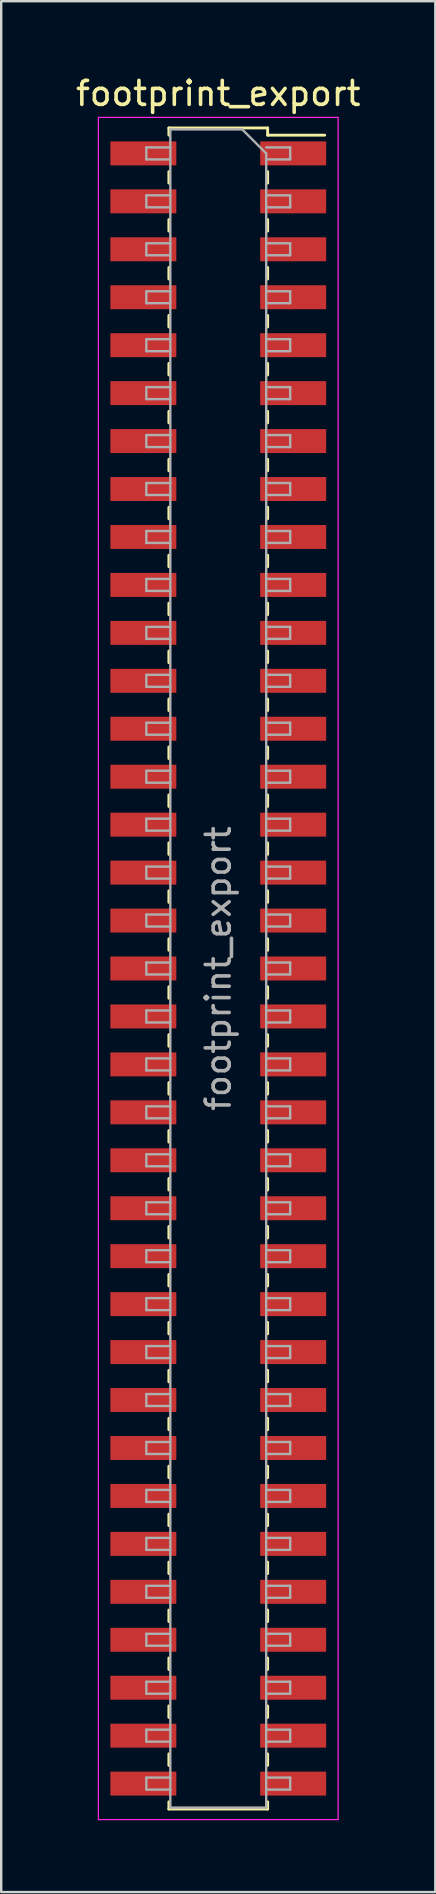
<source format=kicad_pcb>
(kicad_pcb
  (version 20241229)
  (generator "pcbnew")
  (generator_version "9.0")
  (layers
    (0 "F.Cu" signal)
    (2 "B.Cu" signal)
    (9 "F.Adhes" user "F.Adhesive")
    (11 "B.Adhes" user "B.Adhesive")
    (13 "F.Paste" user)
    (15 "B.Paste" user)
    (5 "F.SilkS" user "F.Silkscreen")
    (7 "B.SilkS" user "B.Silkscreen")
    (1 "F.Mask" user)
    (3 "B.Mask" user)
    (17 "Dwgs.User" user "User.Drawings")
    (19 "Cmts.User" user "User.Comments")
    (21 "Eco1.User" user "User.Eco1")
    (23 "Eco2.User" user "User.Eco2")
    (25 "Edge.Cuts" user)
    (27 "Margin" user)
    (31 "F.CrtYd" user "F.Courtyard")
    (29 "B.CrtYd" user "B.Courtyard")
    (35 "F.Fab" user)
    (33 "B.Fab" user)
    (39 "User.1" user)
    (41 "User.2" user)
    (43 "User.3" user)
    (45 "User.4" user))
  (footprint "footprint_export"
    (layer "F.Cu")
    (at 6.054 37.348)
    (property "Reference" "footprint_export" (at 0 -36.5 0) (layer "F.SilkS") (effects (font (size 1 1) (thickness 0.15))))
    (attr smd)
    (fp_line (start -2.06 -35.06) (end -2.06 -34.76) (stroke (width 0.12) (type solid)) (layer "F.SilkS"))
    (fp_line (start -2.06 -35.06) (end 2.06 -35.06) (stroke (width 0.12) (type solid)) (layer "F.SilkS"))
    (fp_line (start -2.06 -33.24) (end -2.06 -32.76) (stroke (width 0.12) (type solid)) (layer "F.SilkS"))
    (fp_line (start -2.06 -31.24) (end -2.06 -30.76) (stroke (width 0.12) (type solid)) (layer "F.SilkS"))
    (fp_line (start -2.06 -29.24) (end -2.06 -28.76) (stroke (width 0.12) (type solid)) (layer "F.SilkS"))
    (fp_line (start -2.06 -27.24) (end -2.06 -26.76) (stroke (width 0.12) (type solid)) (layer "F.SilkS"))
    (fp_line (start -2.06 -25.24) (end -2.06 -24.76) (stroke (width 0.12) (type solid)) (layer "F.SilkS"))
    (fp_line (start -2.06 -23.24) (end -2.06 -22.76) (stroke (width 0.12) (type solid)) (layer "F.SilkS"))
    (fp_line (start -2.06 -21.24) (end -2.06 -20.76) (stroke (width 0.12) (type solid)) (layer "F.SilkS"))
    (fp_line (start -2.06 -19.24) (end -2.06 -18.76) (stroke (width 0.12) (type solid)) (layer "F.SilkS"))
    (fp_line (start -2.06 -17.24) (end -2.06 -16.76) (stroke (width 0.12) (type solid)) (layer "F.SilkS"))
    (fp_line (start -2.06 -15.24) (end -2.06 -14.76) (stroke (width 0.12) (type solid)) (layer "F.SilkS"))
    (fp_line (start -2.06 -13.24) (end -2.06 -12.76) (stroke (width 0.12) (type solid)) (layer "F.SilkS"))
    (fp_line (start -2.06 -11.24) (end -2.06 -10.76) (stroke (width 0.12) (type solid)) (layer "F.SilkS"))
    (fp_line (start -2.06 -9.24) (end -2.06 -8.76) (stroke (width 0.12) (type solid)) (layer "F.SilkS"))
    (fp_line (start -2.06 -7.24) (end -2.06 -6.76) (stroke (width 0.12) (type solid)) (layer "F.SilkS"))
    (fp_line (start -2.06 -5.24) (end -2.06 -4.76) (stroke (width 0.12) (type solid)) (layer "F.SilkS"))
    (fp_line (start -2.06 -3.24) (end -2.06 -2.76) (stroke (width 0.12) (type solid)) (layer "F.SilkS"))
    (fp_line (start -2.06 -1.24) (end -2.06 -0.76) (stroke (width 0.12) (type solid)) (layer "F.SilkS"))
    (fp_line (start -2.06 0.76) (end -2.06 1.24) (stroke (width 0.12) (type solid)) (layer "F.SilkS"))
    (fp_line (start -2.06 2.76) (end -2.06 3.24) (stroke (width 0.12) (type solid)) (layer "F.SilkS"))
    (fp_line (start -2.06 4.76) (end -2.06 5.24) (stroke (width 0.12) (type solid)) (layer "F.SilkS"))
    (fp_line (start -2.06 6.76) (end -2.06 7.24) (stroke (width 0.12) (type solid)) (layer "F.SilkS"))
    (fp_line (start -2.06 8.76) (end -2.06 9.24) (stroke (width 0.12) (type solid)) (layer "F.SilkS"))
    (fp_line (start -2.06 10.76) (end -2.06 11.24) (stroke (width 0.12) (type solid)) (layer "F.SilkS"))
    (fp_line (start -2.06 12.76) (end -2.06 13.24) (stroke (width 0.12) (type solid)) (layer "F.SilkS"))
    (fp_line (start -2.06 14.76) (end -2.06 15.24) (stroke (width 0.12) (type solid)) (layer "F.SilkS"))
    (fp_line (start -2.06 16.76) (end -2.06 17.24) (stroke (width 0.12) (type solid)) (layer "F.SilkS"))
    (fp_line (start -2.06 18.76) (end -2.06 19.24) (stroke (width 0.12) (type solid)) (layer "F.SilkS"))
    (fp_line (start -2.06 20.76) (end -2.06 21.24) (stroke (width 0.12) (type solid)) (layer "F.SilkS"))
    (fp_line (start -2.06 22.76) (end -2.06 23.24) (stroke (width 0.12) (type solid)) (layer "F.SilkS"))
    (fp_line (start -2.06 24.76) (end -2.06 25.24) (stroke (width 0.12) (type solid)) (layer "F.SilkS"))
    (fp_line (start -2.06 26.76) (end -2.06 27.24) (stroke (width 0.12) (type solid)) (layer "F.SilkS"))
    (fp_line (start -2.06 28.76) (end -2.06 29.24) (stroke (width 0.12) (type solid)) (layer "F.SilkS"))
    (fp_line (start -2.06 30.76) (end -2.06 31.24) (stroke (width 0.12) (type solid)) (layer "F.SilkS"))
    (fp_line (start -2.06 32.76) (end -2.06 33.24) (stroke (width 0.12) (type solid)) (layer "F.SilkS"))
    (fp_line (start -2.06 34.76) (end -2.06 35.06) (stroke (width 0.12) (type solid)) (layer "F.SilkS"))
    (fp_line (start -2.06 35.06) (end 2.06 35.06) (stroke (width 0.12) (type solid)) (layer "F.SilkS"))
    (fp_line (start 2.06 -35.06) (end 2.06 -34.76) (stroke (width 0.12) (type solid)) (layer "F.SilkS"))
    (fp_line (start 2.06 -34.76) (end 4.44 -34.76) (stroke (width 0.12) (type solid)) (layer "F.SilkS"))
    (fp_line (start 2.06 -33.24) (end 2.06 -32.76) (stroke (width 0.12) (type solid)) (layer "F.SilkS"))
    (fp_line (start 2.06 -31.24) (end 2.06 -30.76) (stroke (width 0.12) (type solid)) (layer "F.SilkS"))
    (fp_line (start 2.06 -29.24) (end 2.06 -28.76) (stroke (width 0.12) (type solid)) (layer "F.SilkS"))
    (fp_line (start 2.06 -27.24) (end 2.06 -26.76) (stroke (width 0.12) (type solid)) (layer "F.SilkS"))
    (fp_line (start 2.06 -25.24) (end 2.06 -24.76) (stroke (width 0.12) (type solid)) (layer "F.SilkS"))
    (fp_line (start 2.06 -23.24) (end 2.06 -22.76) (stroke (width 0.12) (type solid)) (layer "F.SilkS"))
    (fp_line (start 2.06 -21.24) (end 2.06 -20.76) (stroke (width 0.12) (type solid)) (layer "F.SilkS"))
    (fp_line (start 2.06 -19.24) (end 2.06 -18.76) (stroke (width 0.12) (type solid)) (layer "F.SilkS"))
    (fp_line (start 2.06 -17.24) (end 2.06 -16.76) (stroke (width 0.12) (type solid)) (layer "F.SilkS"))
    (fp_line (start 2.06 -15.24) (end 2.06 -14.76) (stroke (width 0.12) (type solid)) (layer "F.SilkS"))
    (fp_line (start 2.06 -13.24) (end 2.06 -12.76) (stroke (width 0.12) (type solid)) (layer "F.SilkS"))
    (fp_line (start 2.06 -11.24) (end 2.06 -10.76) (stroke (width 0.12) (type solid)) (layer "F.SilkS"))
    (fp_line (start 2.06 -9.24) (end 2.06 -8.76) (stroke (width 0.12) (type solid)) (layer "F.SilkS"))
    (fp_line (start 2.06 -7.24) (end 2.06 -6.76) (stroke (width 0.12) (type solid)) (layer "F.SilkS"))
    (fp_line (start 2.06 -5.24) (end 2.06 -4.76) (stroke (width 0.12) (type solid)) (layer "F.SilkS"))
    (fp_line (start 2.06 -3.24) (end 2.06 -2.76) (stroke (width 0.12) (type solid)) (layer "F.SilkS"))
    (fp_line (start 2.06 -1.24) (end 2.06 -0.76) (stroke (width 0.12) (type solid)) (layer "F.SilkS"))
    (fp_line (start 2.06 0.76) (end 2.06 1.24) (stroke (width 0.12) (type solid)) (layer "F.SilkS"))
    (fp_line (start 2.06 2.76) (end 2.06 3.24) (stroke (width 0.12) (type solid)) (layer "F.SilkS"))
    (fp_line (start 2.06 4.76) (end 2.06 5.24) (stroke (width 0.12) (type solid)) (layer "F.SilkS"))
    (fp_line (start 2.06 6.76) (end 2.06 7.24) (stroke (width 0.12) (type solid)) (layer "F.SilkS"))
    (fp_line (start 2.06 8.76) (end 2.06 9.24) (stroke (width 0.12) (type solid)) (layer "F.SilkS"))
    (fp_line (start 2.06 10.76) (end 2.06 11.24) (stroke (width 0.12) (type solid)) (layer "F.SilkS"))
    (fp_line (start 2.06 12.76) (end 2.06 13.24) (stroke (width 0.12) (type solid)) (layer "F.SilkS"))
    (fp_line (start 2.06 14.76) (end 2.06 15.24) (stroke (width 0.12) (type solid)) (layer "F.SilkS"))
    (fp_line (start 2.06 16.76) (end 2.06 17.24) (stroke (width 0.12) (type solid)) (layer "F.SilkS"))
    (fp_line (start 2.06 18.76) (end 2.06 19.24) (stroke (width 0.12) (type solid)) (layer "F.SilkS"))
    (fp_line (start 2.06 20.76) (end 2.06 21.24) (stroke (width 0.12) (type solid)) (layer "F.SilkS"))
    (fp_line (start 2.06 22.76) (end 2.06 23.24) (stroke (width 0.12) (type solid)) (layer "F.SilkS"))
    (fp_line (start 2.06 24.76) (end 2.06 25.24) (stroke (width 0.12) (type solid)) (layer "F.SilkS"))
    (fp_line (start 2.06 26.76) (end 2.06 27.24) (stroke (width 0.12) (type solid)) (layer "F.SilkS"))
    (fp_line (start 2.06 28.76) (end 2.06 29.24) (stroke (width 0.12) (type solid)) (layer "F.SilkS"))
    (fp_line (start 2.06 30.76) (end 2.06 31.24) (stroke (width 0.12) (type solid)) (layer "F.SilkS"))
    (fp_line (start 2.06 32.76) (end 2.06 33.24) (stroke (width 0.12) (type solid)) (layer "F.SilkS"))
    (fp_line (start 2.06 34.76) (end 2.06 35.06) (stroke (width 0.12) (type solid)) (layer "F.SilkS"))
    (fp_line (start -5 -35.5) (end 5 -35.5) (stroke (width 0.05) (type solid)) (layer "F.CrtYd"))
    (fp_line (start -5 35.5) (end -5 -35.5) (stroke (width 0.05) (type solid)) (layer "F.CrtYd"))
    (fp_line (start 5 -35.5) (end 5 35.5) (stroke (width 0.05) (type solid)) (layer "F.CrtYd"))
    (fp_line (start 5 35.5) (end -5 35.5) (stroke (width 0.05) (type solid)) (layer "F.CrtYd"))
    (fp_line (start -3 -34.25) (end -2 -34.25) (stroke (width 0.1) (type solid)) (layer "F.Fab"))
    (fp_line (start -3 -33.75) (end -3 -34.25) (stroke (width 0.1) (type solid)) (layer "F.Fab"))
    (fp_line (start -3 -32.25) (end -2 -32.25) (stroke (width 0.1) (type solid)) (layer "F.Fab"))
    (fp_line (start -3 -31.75) (end -3 -32.25) (stroke (width 0.1) (type solid)) (layer "F.Fab"))
    (fp_line (start -3 -30.25) (end -2 -30.25) (stroke (width 0.1) (type solid)) (layer "F.Fab"))
    (fp_line (start -3 -29.75) (end -3 -30.25) (stroke (width 0.1) (type solid)) (layer "F.Fab"))
    (fp_line (start -3 -28.25) (end -2 -28.25) (stroke (width 0.1) (type solid)) (layer "F.Fab"))
    (fp_line (start -3 -27.75) (end -3 -28.25) (stroke (width 0.1) (type solid)) (layer "F.Fab"))
    (fp_line (start -3 -26.25) (end -2 -26.25) (stroke (width 0.1) (type solid)) (layer "F.Fab"))
    (fp_line (start -3 -25.75) (end -3 -26.25) (stroke (width 0.1) (type solid)) (layer "F.Fab"))
    (fp_line (start -3 -24.25) (end -2 -24.25) (stroke (width 0.1) (type solid)) (layer "F.Fab"))
    (fp_line (start -3 -23.75) (end -3 -24.25) (stroke (width 0.1) (type solid)) (layer "F.Fab"))
    (fp_line (start -3 -22.25) (end -2 -22.25) (stroke (width 0.1) (type solid)) (layer "F.Fab"))
    (fp_line (start -3 -21.75) (end -3 -22.25) (stroke (width 0.1) (type solid)) (layer "F.Fab"))
    (fp_line (start -3 -20.25) (end -2 -20.25) (stroke (width 0.1) (type solid)) (layer "F.Fab"))
    (fp_line (start -3 -19.75) (end -3 -20.25) (stroke (width 0.1) (type solid)) (layer "F.Fab"))
    (fp_line (start -3 -18.25) (end -2 -18.25) (stroke (width 0.1) (type solid)) (layer "F.Fab"))
    (fp_line (start -3 -17.75) (end -3 -18.25) (stroke (width 0.1) (type solid)) (layer "F.Fab"))
    (fp_line (start -3 -16.25) (end -2 -16.25) (stroke (width 0.1) (type solid)) (layer "F.Fab"))
    (fp_line (start -3 -15.75) (end -3 -16.25) (stroke (width 0.1) (type solid)) (layer "F.Fab"))
    (fp_line (start -3 -14.25) (end -2 -14.25) (stroke (width 0.1) (type solid)) (layer "F.Fab"))
    (fp_line (start -3 -13.75) (end -3 -14.25) (stroke (width 0.1) (type solid)) (layer "F.Fab"))
    (fp_line (start -3 -12.25) (end -2 -12.25) (stroke (width 0.1) (type solid)) (layer "F.Fab"))
    (fp_line (start -3 -11.75) (end -3 -12.25) (stroke (width 0.1) (type solid)) (layer "F.Fab"))
    (fp_line (start -3 -10.25) (end -2 -10.25) (stroke (width 0.1) (type solid)) (layer "F.Fab"))
    (fp_line (start -3 -9.75) (end -3 -10.25) (stroke (width 0.1) (type solid)) (layer "F.Fab"))
    (fp_line (start -3 -8.25) (end -2 -8.25) (stroke (width 0.1) (type solid)) (layer "F.Fab"))
    (fp_line (start -3 -7.75) (end -3 -8.25) (stroke (width 0.1) (type solid)) (layer "F.Fab"))
    (fp_line (start -3 -6.25) (end -2 -6.25) (stroke (width 0.1) (type solid)) (layer "F.Fab"))
    (fp_line (start -3 -5.75) (end -3 -6.25) (stroke (width 0.1) (type solid)) (layer "F.Fab"))
    (fp_line (start -3 -4.25) (end -2 -4.25) (stroke (width 0.1) (type solid)) (layer "F.Fab"))
    (fp_line (start -3 -3.75) (end -3 -4.25) (stroke (width 0.1) (type solid)) (layer "F.Fab"))
    (fp_line (start -3 -2.25) (end -2 -2.25) (stroke (width 0.1) (type solid)) (layer "F.Fab"))
    (fp_line (start -3 -1.75) (end -3 -2.25) (stroke (width 0.1) (type solid)) (layer "F.Fab"))
    (fp_line (start -3 -0.25) (end -2 -0.25) (stroke (width 0.1) (type solid)) (layer "F.Fab"))
    (fp_line (start -3 0.25) (end -3 -0.25) (stroke (width 0.1) (type solid)) (layer "F.Fab"))
    (fp_line (start -3 1.75) (end -2 1.75) (stroke (width 0.1) (type solid)) (layer "F.Fab"))
    (fp_line (start -3 2.25) (end -3 1.75) (stroke (width 0.1) (type solid)) (layer "F.Fab"))
    (fp_line (start -3 3.75) (end -2 3.75) (stroke (width 0.1) (type solid)) (layer "F.Fab"))
    (fp_line (start -3 4.25) (end -3 3.75) (stroke (width 0.1) (type solid)) (layer "F.Fab"))
    (fp_line (start -3 5.75) (end -2 5.75) (stroke (width 0.1) (type solid)) (layer "F.Fab"))
    (fp_line (start -3 6.25) (end -3 5.75) (stroke (width 0.1) (type solid)) (layer "F.Fab"))
    (fp_line (start -3 7.75) (end -2 7.75) (stroke (width 0.1) (type solid)) (layer "F.Fab"))
    (fp_line (start -3 8.25) (end -3 7.75) (stroke (width 0.1) (type solid)) (layer "F.Fab"))
    (fp_line (start -3 9.75) (end -2 9.75) (stroke (width 0.1) (type solid)) (layer "F.Fab"))
    (fp_line (start -3 10.25) (end -3 9.75) (stroke (width 0.1) (type solid)) (layer "F.Fab"))
    (fp_line (start -3 11.75) (end -2 11.75) (stroke (width 0.1) (type solid)) (layer "F.Fab"))
    (fp_line (start -3 12.25) (end -3 11.75) (stroke (width 0.1) (type solid)) (layer "F.Fab"))
    (fp_line (start -3 13.75) (end -2 13.75) (stroke (width 0.1) (type solid)) (layer "F.Fab"))
    (fp_line (start -3 14.25) (end -3 13.75) (stroke (width 0.1) (type solid)) (layer "F.Fab"))
    (fp_line (start -3 15.75) (end -2 15.75) (stroke (width 0.1) (type solid)) (layer "F.Fab"))
    (fp_line (start -3 16.25) (end -3 15.75) (stroke (width 0.1) (type solid)) (layer "F.Fab"))
    (fp_line (start -3 17.75) (end -2 17.75) (stroke (width 0.1) (type solid)) (layer "F.Fab"))
    (fp_line (start -3 18.25) (end -3 17.75) (stroke (width 0.1) (type solid)) (layer "F.Fab"))
    (fp_line (start -3 19.75) (end -2 19.75) (stroke (width 0.1) (type solid)) (layer "F.Fab"))
    (fp_line (start -3 20.25) (end -3 19.75) (stroke (width 0.1) (type solid)) (layer "F.Fab"))
    (fp_line (start -3 21.75) (end -2 21.75) (stroke (width 0.1) (type solid)) (layer "F.Fab"))
    (fp_line (start -3 22.25) (end -3 21.75) (stroke (width 0.1) (type solid)) (layer "F.Fab"))
    (fp_line (start -3 23.75) (end -2 23.75) (stroke (width 0.1) (type solid)) (layer "F.Fab"))
    (fp_line (start -3 24.25) (end -3 23.75) (stroke (width 0.1) (type solid)) (layer "F.Fab"))
    (fp_line (start -3 25.75) (end -2 25.75) (stroke (width 0.1) (type solid)) (layer "F.Fab"))
    (fp_line (start -3 26.25) (end -3 25.75) (stroke (width 0.1) (type solid)) (layer "F.Fab"))
    (fp_line (start -3 27.75) (end -2 27.75) (stroke (width 0.1) (type solid)) (layer "F.Fab"))
    (fp_line (start -3 28.25) (end -3 27.75) (stroke (width 0.1) (type solid)) (layer "F.Fab"))
    (fp_line (start -3 29.75) (end -2 29.75) (stroke (width 0.1) (type solid)) (layer "F.Fab"))
    (fp_line (start -3 30.25) (end -3 29.75) (stroke (width 0.1) (type solid)) (layer "F.Fab"))
    (fp_line (start -3 31.75) (end -2 31.75) (stroke (width 0.1) (type solid)) (layer "F.Fab"))
    (fp_line (start -3 32.25) (end -3 31.75) (stroke (width 0.1) (type solid)) (layer "F.Fab"))
    (fp_line (start -3 33.75) (end -2 33.75) (stroke (width 0.1) (type solid)) (layer "F.Fab"))
    (fp_line (start -3 34.25) (end -3 33.75) (stroke (width 0.1) (type solid)) (layer "F.Fab"))
    (fp_line (start -2 -35) (end 1 -35) (stroke (width 0.1) (type solid)) (layer "F.Fab"))
    (fp_line (start -2 -33.75) (end -3 -33.75) (stroke (width 0.1) (type solid)) (layer "F.Fab"))
    (fp_line (start -2 -31.75) (end -3 -31.75) (stroke (width 0.1) (type solid)) (layer "F.Fab"))
    (fp_line (start -2 -29.75) (end -3 -29.75) (stroke (width 0.1) (type solid)) (layer "F.Fab"))
    (fp_line (start -2 -27.75) (end -3 -27.75) (stroke (width 0.1) (type solid)) (layer "F.Fab"))
    (fp_line (start -2 -25.75) (end -3 -25.75) (stroke (width 0.1) (type solid)) (layer "F.Fab"))
    (fp_line (start -2 -23.75) (end -3 -23.75) (stroke (width 0.1) (type solid)) (layer "F.Fab"))
    (fp_line (start -2 -21.75) (end -3 -21.75) (stroke (width 0.1) (type solid)) (layer "F.Fab"))
    (fp_line (start -2 -19.75) (end -3 -19.75) (stroke (width 0.1) (type solid)) (layer "F.Fab"))
    (fp_line (start -2 -17.75) (end -3 -17.75) (stroke (width 0.1) (type solid)) (layer "F.Fab"))
    (fp_line (start -2 -15.75) (end -3 -15.75) (stroke (width 0.1) (type solid)) (layer "F.Fab"))
    (fp_line (start -2 -13.75) (end -3 -13.75) (stroke (width 0.1) (type solid)) (layer "F.Fab"))
    (fp_line (start -2 -11.75) (end -3 -11.75) (stroke (width 0.1) (type solid)) (layer "F.Fab"))
    (fp_line (start -2 -9.75) (end -3 -9.75) (stroke (width 0.1) (type solid)) (layer "F.Fab"))
    (fp_line (start -2 -7.75) (end -3 -7.75) (stroke (width 0.1) (type solid)) (layer "F.Fab"))
    (fp_line (start -2 -5.75) (end -3 -5.75) (stroke (width 0.1) (type solid)) (layer "F.Fab"))
    (fp_line (start -2 -3.75) (end -3 -3.75) (stroke (width 0.1) (type solid)) (layer "F.Fab"))
    (fp_line (start -2 -1.75) (end -3 -1.75) (stroke (width 0.1) (type solid)) (layer "F.Fab"))
    (fp_line (start -2 0.25) (end -3 0.25) (stroke (width 0.1) (type solid)) (layer "F.Fab"))
    (fp_line (start -2 2.25) (end -3 2.25) (stroke (width 0.1) (type solid)) (layer "F.Fab"))
    (fp_line (start -2 4.25) (end -3 4.25) (stroke (width 0.1) (type solid)) (layer "F.Fab"))
    (fp_line (start -2 6.25) (end -3 6.25) (stroke (width 0.1) (type solid)) (layer "F.Fab"))
    (fp_line (start -2 8.25) (end -3 8.25) (stroke (width 0.1) (type solid)) (layer "F.Fab"))
    (fp_line (start -2 10.25) (end -3 10.25) (stroke (width 0.1) (type solid)) (layer "F.Fab"))
    (fp_line (start -2 12.25) (end -3 12.25) (stroke (width 0.1) (type solid)) (layer "F.Fab"))
    (fp_line (start -2 14.25) (end -3 14.25) (stroke (width 0.1) (type solid)) (layer "F.Fab"))
    (fp_line (start -2 16.25) (end -3 16.25) (stroke (width 0.1) (type solid)) (layer "F.Fab"))
    (fp_line (start -2 18.25) (end -3 18.25) (stroke (width 0.1) (type solid)) (layer "F.Fab"))
    (fp_line (start -2 20.25) (end -3 20.25) (stroke (width 0.1) (type solid)) (layer "F.Fab"))
    (fp_line (start -2 22.25) (end -3 22.25) (stroke (width 0.1) (type solid)) (layer "F.Fab"))
    (fp_line (start -2 24.25) (end -3 24.25) (stroke (width 0.1) (type solid)) (layer "F.Fab"))
    (fp_line (start -2 26.25) (end -3 26.25) (stroke (width 0.1) (type solid)) (layer "F.Fab"))
    (fp_line (start -2 28.25) (end -3 28.25) (stroke (width 0.1) (type solid)) (layer "F.Fab"))
    (fp_line (start -2 30.25) (end -3 30.25) (stroke (width 0.1) (type solid)) (layer "F.Fab"))
    (fp_line (start -2 32.25) (end -3 32.25) (stroke (width 0.1) (type solid)) (layer "F.Fab"))
    (fp_line (start -2 34.25) (end -3 34.25) (stroke (width 0.1) (type solid)) (layer "F.Fab"))
    (fp_line (start -2 35) (end -2 -35) (stroke (width 0.1) (type solid)) (layer "F.Fab"))
    (fp_line (start 1 -35) (end 2 -34) (stroke (width 0.1) (type solid)) (layer "F.Fab"))
    (fp_line (start 2 -34.25) (end 3 -34.25) (stroke (width 0.1) (type solid)) (layer "F.Fab"))
    (fp_line (start 2 -34) (end 2 35) (stroke (width 0.1) (type solid)) (layer "F.Fab"))
    (fp_line (start 2 -32.25) (end 3 -32.25) (stroke (width 0.1) (type solid)) (layer "F.Fab"))
    (fp_line (start 2 -30.25) (end 3 -30.25) (stroke (width 0.1) (type solid)) (layer "F.Fab"))
    (fp_line (start 2 -28.25) (end 3 -28.25) (stroke (width 0.1) (type solid)) (layer "F.Fab"))
    (fp_line (start 2 -26.25) (end 3 -26.25) (stroke (width 0.1) (type solid)) (layer "F.Fab"))
    (fp_line (start 2 -24.25) (end 3 -24.25) (stroke (width 0.1) (type solid)) (layer "F.Fab"))
    (fp_line (start 2 -22.25) (end 3 -22.25) (stroke (width 0.1) (type solid)) (layer "F.Fab"))
    (fp_line (start 2 -20.25) (end 3 -20.25) (stroke (width 0.1) (type solid)) (layer "F.Fab"))
    (fp_line (start 2 -18.25) (end 3 -18.25) (stroke (width 0.1) (type solid)) (layer "F.Fab"))
    (fp_line (start 2 -16.25) (end 3 -16.25) (stroke (width 0.1) (type solid)) (layer "F.Fab"))
    (fp_line (start 2 -14.25) (end 3 -14.25) (stroke (width 0.1) (type solid)) (layer "F.Fab"))
    (fp_line (start 2 -12.25) (end 3 -12.25) (stroke (width 0.1) (type solid)) (layer "F.Fab"))
    (fp_line (start 2 -10.25) (end 3 -10.25) (stroke (width 0.1) (type solid)) (layer "F.Fab"))
    (fp_line (start 2 -8.25) (end 3 -8.25) (stroke (width 0.1) (type solid)) (layer "F.Fab"))
    (fp_line (start 2 -6.25) (end 3 -6.25) (stroke (width 0.1) (type solid)) (layer "F.Fab"))
    (fp_line (start 2 -4.25) (end 3 -4.25) (stroke (width 0.1) (type solid)) (layer "F.Fab"))
    (fp_line (start 2 -2.25) (end 3 -2.25) (stroke (width 0.1) (type solid)) (layer "F.Fab"))
    (fp_line (start 2 -0.25) (end 3 -0.25) (stroke (width 0.1) (type solid)) (layer "F.Fab"))
    (fp_line (start 2 1.75) (end 3 1.75) (stroke (width 0.1) (type solid)) (layer "F.Fab"))
    (fp_line (start 2 3.75) (end 3 3.75) (stroke (width 0.1) (type solid)) (layer "F.Fab"))
    (fp_line (start 2 5.75) (end 3 5.75) (stroke (width 0.1) (type solid)) (layer "F.Fab"))
    (fp_line (start 2 7.75) (end 3 7.75) (stroke (width 0.1) (type solid)) (layer "F.Fab"))
    (fp_line (start 2 9.75) (end 3 9.75) (stroke (width 0.1) (type solid)) (layer "F.Fab"))
    (fp_line (start 2 11.75) (end 3 11.75) (stroke (width 0.1) (type solid)) (layer "F.Fab"))
    (fp_line (start 2 13.75) (end 3 13.75) (stroke (width 0.1) (type solid)) (layer "F.Fab"))
    (fp_line (start 2 15.75) (end 3 15.75) (stroke (width 0.1) (type solid)) (layer "F.Fab"))
    (fp_line (start 2 17.75) (end 3 17.75) (stroke (width 0.1) (type solid)) (layer "F.Fab"))
    (fp_line (start 2 19.75) (end 3 19.75) (stroke (width 0.1) (type solid)) (layer "F.Fab"))
    (fp_line (start 2 21.75) (end 3 21.75) (stroke (width 0.1) (type solid)) (layer "F.Fab"))
    (fp_line (start 2 23.75) (end 3 23.75) (stroke (width 0.1) (type solid)) (layer "F.Fab"))
    (fp_line (start 2 25.75) (end 3 25.75) (stroke (width 0.1) (type solid)) (layer "F.Fab"))
    (fp_line (start 2 27.75) (end 3 27.75) (stroke (width 0.1) (type solid)) (layer "F.Fab"))
    (fp_line (start 2 29.75) (end 3 29.75) (stroke (width 0.1) (type solid)) (layer "F.Fab"))
    (fp_line (start 2 31.75) (end 3 31.75) (stroke (width 0.1) (type solid)) (layer "F.Fab"))
    (fp_line (start 2 33.75) (end 3 33.75) (stroke (width 0.1) (type solid)) (layer "F.Fab"))
    (fp_line (start 2 35) (end -2 35) (stroke (width 0.1) (type solid)) (layer "F.Fab"))
    (fp_line (start 3 -34.25) (end 3 -33.75) (stroke (width 0.1) (type solid)) (layer "F.Fab"))
    (fp_line (start 3 -33.75) (end 2 -33.75) (stroke (width 0.1) (type solid)) (layer "F.Fab"))
    (fp_line (start 3 -32.25) (end 3 -31.75) (stroke (width 0.1) (type solid)) (layer "F.Fab"))
    (fp_line (start 3 -31.75) (end 2 -31.75) (stroke (width 0.1) (type solid)) (layer "F.Fab"))
    (fp_line (start 3 -30.25) (end 3 -29.75) (stroke (width 0.1) (type solid)) (layer "F.Fab"))
    (fp_line (start 3 -29.75) (end 2 -29.75) (stroke (width 0.1) (type solid)) (layer "F.Fab"))
    (fp_line (start 3 -28.25) (end 3 -27.75) (stroke (width 0.1) (type solid)) (layer "F.Fab"))
    (fp_line (start 3 -27.75) (end 2 -27.75) (stroke (width 0.1) (type solid)) (layer "F.Fab"))
    (fp_line (start 3 -26.25) (end 3 -25.75) (stroke (width 0.1) (type solid)) (layer "F.Fab"))
    (fp_line (start 3 -25.75) (end 2 -25.75) (stroke (width 0.1) (type solid)) (layer "F.Fab"))
    (fp_line (start 3 -24.25) (end 3 -23.75) (stroke (width 0.1) (type solid)) (layer "F.Fab"))
    (fp_line (start 3 -23.75) (end 2 -23.75) (stroke (width 0.1) (type solid)) (layer "F.Fab"))
    (fp_line (start 3 -22.25) (end 3 -21.75) (stroke (width 0.1) (type solid)) (layer "F.Fab"))
    (fp_line (start 3 -21.75) (end 2 -21.75) (stroke (width 0.1) (type solid)) (layer "F.Fab"))
    (fp_line (start 3 -20.25) (end 3 -19.75) (stroke (width 0.1) (type solid)) (layer "F.Fab"))
    (fp_line (start 3 -19.75) (end 2 -19.75) (stroke (width 0.1) (type solid)) (layer "F.Fab"))
    (fp_line (start 3 -18.25) (end 3 -17.75) (stroke (width 0.1) (type solid)) (layer "F.Fab"))
    (fp_line (start 3 -17.75) (end 2 -17.75) (stroke (width 0.1) (type solid)) (layer "F.Fab"))
    (fp_line (start 3 -16.25) (end 3 -15.75) (stroke (width 0.1) (type solid)) (layer "F.Fab"))
    (fp_line (start 3 -15.75) (end 2 -15.75) (stroke (width 0.1) (type solid)) (layer "F.Fab"))
    (fp_line (start 3 -14.25) (end 3 -13.75) (stroke (width 0.1) (type solid)) (layer "F.Fab"))
    (fp_line (start 3 -13.75) (end 2 -13.75) (stroke (width 0.1) (type solid)) (layer "F.Fab"))
    (fp_line (start 3 -12.25) (end 3 -11.75) (stroke (width 0.1) (type solid)) (layer "F.Fab"))
    (fp_line (start 3 -11.75) (end 2 -11.75) (stroke (width 0.1) (type solid)) (layer "F.Fab"))
    (fp_line (start 3 -10.25) (end 3 -9.75) (stroke (width 0.1) (type solid)) (layer "F.Fab"))
    (fp_line (start 3 -9.75) (end 2 -9.75) (stroke (width 0.1) (type solid)) (layer "F.Fab"))
    (fp_line (start 3 -8.25) (end 3 -7.75) (stroke (width 0.1) (type solid)) (layer "F.Fab"))
    (fp_line (start 3 -7.75) (end 2 -7.75) (stroke (width 0.1) (type solid)) (layer "F.Fab"))
    (fp_line (start 3 -6.25) (end 3 -5.75) (stroke (width 0.1) (type solid)) (layer "F.Fab"))
    (fp_line (start 3 -5.75) (end 2 -5.75) (stroke (width 0.1) (type solid)) (layer "F.Fab"))
    (fp_line (start 3 -4.25) (end 3 -3.75) (stroke (width 0.1) (type solid)) (layer "F.Fab"))
    (fp_line (start 3 -3.75) (end 2 -3.75) (stroke (width 0.1) (type solid)) (layer "F.Fab"))
    (fp_line (start 3 -2.25) (end 3 -1.75) (stroke (width 0.1) (type solid)) (layer "F.Fab"))
    (fp_line (start 3 -1.75) (end 2 -1.75) (stroke (width 0.1) (type solid)) (layer "F.Fab"))
    (fp_line (start 3 -0.25) (end 3 0.25) (stroke (width 0.1) (type solid)) (layer "F.Fab"))
    (fp_line (start 3 0.25) (end 2 0.25) (stroke (width 0.1) (type solid)) (layer "F.Fab"))
    (fp_line (start 3 1.75) (end 3 2.25) (stroke (width 0.1) (type solid)) (layer "F.Fab"))
    (fp_line (start 3 2.25) (end 2 2.25) (stroke (width 0.1) (type solid)) (layer "F.Fab"))
    (fp_line (start 3 3.75) (end 3 4.25) (stroke (width 0.1) (type solid)) (layer "F.Fab"))
    (fp_line (start 3 4.25) (end 2 4.25) (stroke (width 0.1) (type solid)) (layer "F.Fab"))
    (fp_line (start 3 5.75) (end 3 6.25) (stroke (width 0.1) (type solid)) (layer "F.Fab"))
    (fp_line (start 3 6.25) (end 2 6.25) (stroke (width 0.1) (type solid)) (layer "F.Fab"))
    (fp_line (start 3 7.75) (end 3 8.25) (stroke (width 0.1) (type solid)) (layer "F.Fab"))
    (fp_line (start 3 8.25) (end 2 8.25) (stroke (width 0.1) (type solid)) (layer "F.Fab"))
    (fp_line (start 3 9.75) (end 3 10.25) (stroke (width 0.1) (type solid)) (layer "F.Fab"))
    (fp_line (start 3 10.25) (end 2 10.25) (stroke (width 0.1) (type solid)) (layer "F.Fab"))
    (fp_line (start 3 11.75) (end 3 12.25) (stroke (width 0.1) (type solid)) (layer "F.Fab"))
    (fp_line (start 3 12.25) (end 2 12.25) (stroke (width 0.1) (type solid)) (layer "F.Fab"))
    (fp_line (start 3 13.75) (end 3 14.25) (stroke (width 0.1) (type solid)) (layer "F.Fab"))
    (fp_line (start 3 14.25) (end 2 14.25) (stroke (width 0.1) (type solid)) (layer "F.Fab"))
    (fp_line (start 3 15.75) (end 3 16.25) (stroke (width 0.1) (type solid)) (layer "F.Fab"))
    (fp_line (start 3 16.25) (end 2 16.25) (stroke (width 0.1) (type solid)) (layer "F.Fab"))
    (fp_line (start 3 17.75) (end 3 18.25) (stroke (width 0.1) (type solid)) (layer "F.Fab"))
    (fp_line (start 3 18.25) (end 2 18.25) (stroke (width 0.1) (type solid)) (layer "F.Fab"))
    (fp_line (start 3 19.75) (end 3 20.25) (stroke (width 0.1) (type solid)) (layer "F.Fab"))
    (fp_line (start 3 20.25) (end 2 20.25) (stroke (width 0.1) (type solid)) (layer "F.Fab"))
    (fp_line (start 3 21.75) (end 3 22.25) (stroke (width 0.1) (type solid)) (layer "F.Fab"))
    (fp_line (start 3 22.25) (end 2 22.25) (stroke (width 0.1) (type solid)) (layer "F.Fab"))
    (fp_line (start 3 23.75) (end 3 24.25) (stroke (width 0.1) (type solid)) (layer "F.Fab"))
    (fp_line (start 3 24.25) (end 2 24.25) (stroke (width 0.1) (type solid)) (layer "F.Fab"))
    (fp_line (start 3 25.75) (end 3 26.25) (stroke (width 0.1) (type solid)) (layer "F.Fab"))
    (fp_line (start 3 26.25) (end 2 26.25) (stroke (width 0.1) (type solid)) (layer "F.Fab"))
    (fp_line (start 3 27.75) (end 3 28.25) (stroke (width 0.1) (type solid)) (layer "F.Fab"))
    (fp_line (start 3 28.25) (end 2 28.25) (stroke (width 0.1) (type solid)) (layer "F.Fab"))
    (fp_line (start 3 29.75) (end 3 30.25) (stroke (width 0.1) (type solid)) (layer "F.Fab"))
    (fp_line (start 3 30.25) (end 2 30.25) (stroke (width 0.1) (type solid)) (layer "F.Fab"))
    (fp_line (start 3 31.75) (end 3 32.25) (stroke (width 0.1) (type solid)) (layer "F.Fab"))
    (fp_line (start 3 32.25) (end 2 32.25) (stroke (width 0.1) (type solid)) (layer "F.Fab"))
    (fp_line (start 3 33.75) (end 3 34.25) (stroke (width 0.1) (type solid)) (layer "F.Fab"))
    (fp_line (start 3 34.25) (end 2 34.25) (stroke (width 0.1) (type solid)) (layer "F.Fab"))
    (fp_text user "${REFERENCE}" (at 0 0 90) (layer "F.Fab") (effects (font (size 1 1) (thickness 0.15))))
    (pad "1" smd rect (at 3.125 -34) (size 2.75 1) (layers "F.Cu" "F.Mask" "F.Paste"))
    (pad "2" smd rect (at -3.125 -34) (size 2.75 1) (layers "F.Cu" "F.Mask" "F.Paste"))
    (pad "3" smd rect (at 3.125 -32) (size 2.75 1) (layers "F.Cu" "F.Mask" "F.Paste"))
    (pad "4" smd rect (at -3.125 -32) (size 2.75 1) (layers "F.Cu" "F.Mask" "F.Paste"))
    (pad "5" smd rect (at 3.125 -30) (size 2.75 1) (layers "F.Cu" "F.Mask" "F.Paste"))
    (pad "6" smd rect (at -3.125 -30) (size 2.75 1) (layers "F.Cu" "F.Mask" "F.Paste"))
    (pad "7" smd rect (at 3.125 -28) (size 2.75 1) (layers "F.Cu" "F.Mask" "F.Paste"))
    (pad "8" smd rect (at -3.125 -28) (size 2.75 1) (layers "F.Cu" "F.Mask" "F.Paste"))
    (pad "9" smd rect (at 3.125 -26) (size 2.75 1) (layers "F.Cu" "F.Mask" "F.Paste"))
    (pad "10" smd rect (at -3.125 -26) (size 2.75 1) (layers "F.Cu" "F.Mask" "F.Paste"))
    (pad "11" smd rect (at 3.125 -24) (size 2.75 1) (layers "F.Cu" "F.Mask" "F.Paste"))
    (pad "12" smd rect (at -3.125 -24) (size 2.75 1) (layers "F.Cu" "F.Mask" "F.Paste"))
    (pad "13" smd rect (at 3.125 -22) (size 2.75 1) (layers "F.Cu" "F.Mask" "F.Paste"))
    (pad "14" smd rect (at -3.125 -22) (size 2.75 1) (layers "F.Cu" "F.Mask" "F.Paste"))
    (pad "15" smd rect (at 3.125 -20) (size 2.75 1) (layers "F.Cu" "F.Mask" "F.Paste"))
    (pad "16" smd rect (at -3.125 -20) (size 2.75 1) (layers "F.Cu" "F.Mask" "F.Paste"))
    (pad "17" smd rect (at 3.125 -18) (size 2.75 1) (layers "F.Cu" "F.Mask" "F.Paste"))
    (pad "18" smd rect (at -3.125 -18) (size 2.75 1) (layers "F.Cu" "F.Mask" "F.Paste"))
    (pad "19" smd rect (at 3.125 -16) (size 2.75 1) (layers "F.Cu" "F.Mask" "F.Paste"))
    (pad "20" smd rect (at -3.125 -16) (size 2.75 1) (layers "F.Cu" "F.Mask" "F.Paste"))
    (pad "21" smd rect (at 3.125 -14) (size 2.75 1) (layers "F.Cu" "F.Mask" "F.Paste"))
    (pad "22" smd rect (at -3.125 -14) (size 2.75 1) (layers "F.Cu" "F.Mask" "F.Paste"))
    (pad "23" smd rect (at 3.125 -12) (size 2.75 1) (layers "F.Cu" "F.Mask" "F.Paste"))
    (pad "24" smd rect (at -3.125 -12) (size 2.75 1) (layers "F.Cu" "F.Mask" "F.Paste"))
    (pad "25" smd rect (at 3.125 -10) (size 2.75 1) (layers "F.Cu" "F.Mask" "F.Paste"))
    (pad "26" smd rect (at -3.125 -10) (size 2.75 1) (layers "F.Cu" "F.Mask" "F.Paste"))
    (pad "27" smd rect (at 3.125 -8) (size 2.75 1) (layers "F.Cu" "F.Mask" "F.Paste"))
    (pad "28" smd rect (at -3.125 -8) (size 2.75 1) (layers "F.Cu" "F.Mask" "F.Paste"))
    (pad "29" smd rect (at 3.125 -6) (size 2.75 1) (layers "F.Cu" "F.Mask" "F.Paste"))
    (pad "30" smd rect (at -3.125 -6) (size 2.75 1) (layers "F.Cu" "F.Mask" "F.Paste"))
    (pad "31" smd rect (at 3.125 -4) (size 2.75 1) (layers "F.Cu" "F.Mask" "F.Paste"))
    (pad "32" smd rect (at -3.125 -4) (size 2.75 1) (layers "F.Cu" "F.Mask" "F.Paste"))
    (pad "33" smd rect (at 3.125 -2) (size 2.75 1) (layers "F.Cu" "F.Mask" "F.Paste"))
    (pad "34" smd rect (at -3.125 -2) (size 2.75 1) (layers "F.Cu" "F.Mask" "F.Paste"))
    (pad "35" smd rect (at 3.125 0) (size 2.75 1) (layers "F.Cu" "F.Mask" "F.Paste"))
    (pad "36" smd rect (at -3.125 0) (size 2.75 1) (layers "F.Cu" "F.Mask" "F.Paste"))
    (pad "37" smd rect (at 3.125 2) (size 2.75 1) (layers "F.Cu" "F.Mask" "F.Paste"))
    (pad "38" smd rect (at -3.125 2) (size 2.75 1) (layers "F.Cu" "F.Mask" "F.Paste"))
    (pad "39" smd rect (at 3.125 4) (size 2.75 1) (layers "F.Cu" "F.Mask" "F.Paste"))
    (pad "40" smd rect (at -3.125 4) (size 2.75 1) (layers "F.Cu" "F.Mask" "F.Paste"))
    (pad "41" smd rect (at 3.125 6) (size 2.75 1) (layers "F.Cu" "F.Mask" "F.Paste"))
    (pad "42" smd rect (at -3.125 6) (size 2.75 1) (layers "F.Cu" "F.Mask" "F.Paste"))
    (pad "43" smd rect (at 3.125 8) (size 2.75 1) (layers "F.Cu" "F.Mask" "F.Paste"))
    (pad "44" smd rect (at -3.125 8) (size 2.75 1) (layers "F.Cu" "F.Mask" "F.Paste"))
    (pad "45" smd rect (at 3.125 10) (size 2.75 1) (layers "F.Cu" "F.Mask" "F.Paste"))
    (pad "46" smd rect (at -3.125 10) (size 2.75 1) (layers "F.Cu" "F.Mask" "F.Paste"))
    (pad "47" smd rect (at 3.125 12) (size 2.75 1) (layers "F.Cu" "F.Mask" "F.Paste"))
    (pad "48" smd rect (at -3.125 12) (size 2.75 1) (layers "F.Cu" "F.Mask" "F.Paste"))
    (pad "49" smd rect (at 3.125 14) (size 2.75 1) (layers "F.Cu" "F.Mask" "F.Paste"))
    (pad "50" smd rect (at -3.125 14) (size 2.75 1) (layers "F.Cu" "F.Mask" "F.Paste"))
    (pad "51" smd rect (at 3.125 16) (size 2.75 1) (layers "F.Cu" "F.Mask" "F.Paste"))
    (pad "52" smd rect (at -3.125 16) (size 2.75 1) (layers "F.Cu" "F.Mask" "F.Paste"))
    (pad "53" smd rect (at 3.125 18) (size 2.75 1) (layers "F.Cu" "F.Mask" "F.Paste"))
    (pad "54" smd rect (at -3.125 18) (size 2.75 1) (layers "F.Cu" "F.Mask" "F.Paste"))
    (pad "55" smd rect (at 3.125 20) (size 2.75 1) (layers "F.Cu" "F.Mask" "F.Paste"))
    (pad "56" smd rect (at -3.125 20) (size 2.75 1) (layers "F.Cu" "F.Mask" "F.Paste"))
    (pad "57" smd rect (at 3.125 22) (size 2.75 1) (layers "F.Cu" "F.Mask" "F.Paste"))
    (pad "58" smd rect (at -3.125 22) (size 2.75 1) (layers "F.Cu" "F.Mask" "F.Paste"))
    (pad "59" smd rect (at 3.125 24) (size 2.75 1) (layers "F.Cu" "F.Mask" "F.Paste"))
    (pad "60" smd rect (at -3.125 24) (size 2.75 1) (layers "F.Cu" "F.Mask" "F.Paste"))
    (pad "61" smd rect (at 3.125 26) (size 2.75 1) (layers "F.Cu" "F.Mask" "F.Paste"))
    (pad "62" smd rect (at -3.125 26) (size 2.75 1) (layers "F.Cu" "F.Mask" "F.Paste"))
    (pad "63" smd rect (at 3.125 28) (size 2.75 1) (layers "F.Cu" "F.Mask" "F.Paste"))
    (pad "64" smd rect (at -3.125 28) (size 2.75 1) (layers "F.Cu" "F.Mask" "F.Paste"))
    (pad "65" smd rect (at 3.125 30) (size 2.75 1) (layers "F.Cu" "F.Mask" "F.Paste"))
    (pad "66" smd rect (at -3.125 30) (size 2.75 1) (layers "F.Cu" "F.Mask" "F.Paste"))
    (pad "67" smd rect (at 3.125 32) (size 2.75 1) (layers "F.Cu" "F.Mask" "F.Paste"))
    (pad "68" smd rect (at -3.125 32) (size 2.75 1) (layers "F.Cu" "F.Mask" "F.Paste"))
    (pad "69" smd rect (at 3.125 34) (size 2.75 1) (layers "F.Cu" "F.Mask" "F.Paste"))
    (pad "70" smd rect (at -3.125 34) (size 2.75 1) (layers "F.Cu" "F.Mask" "F.Paste")))
  (gr_rect
    (start -3 -3)
    (end 15.107 75.873)
    (stroke (width 0.1) (type default))
    (fill no)
    (layer "Edge.Cuts")))
</source>
